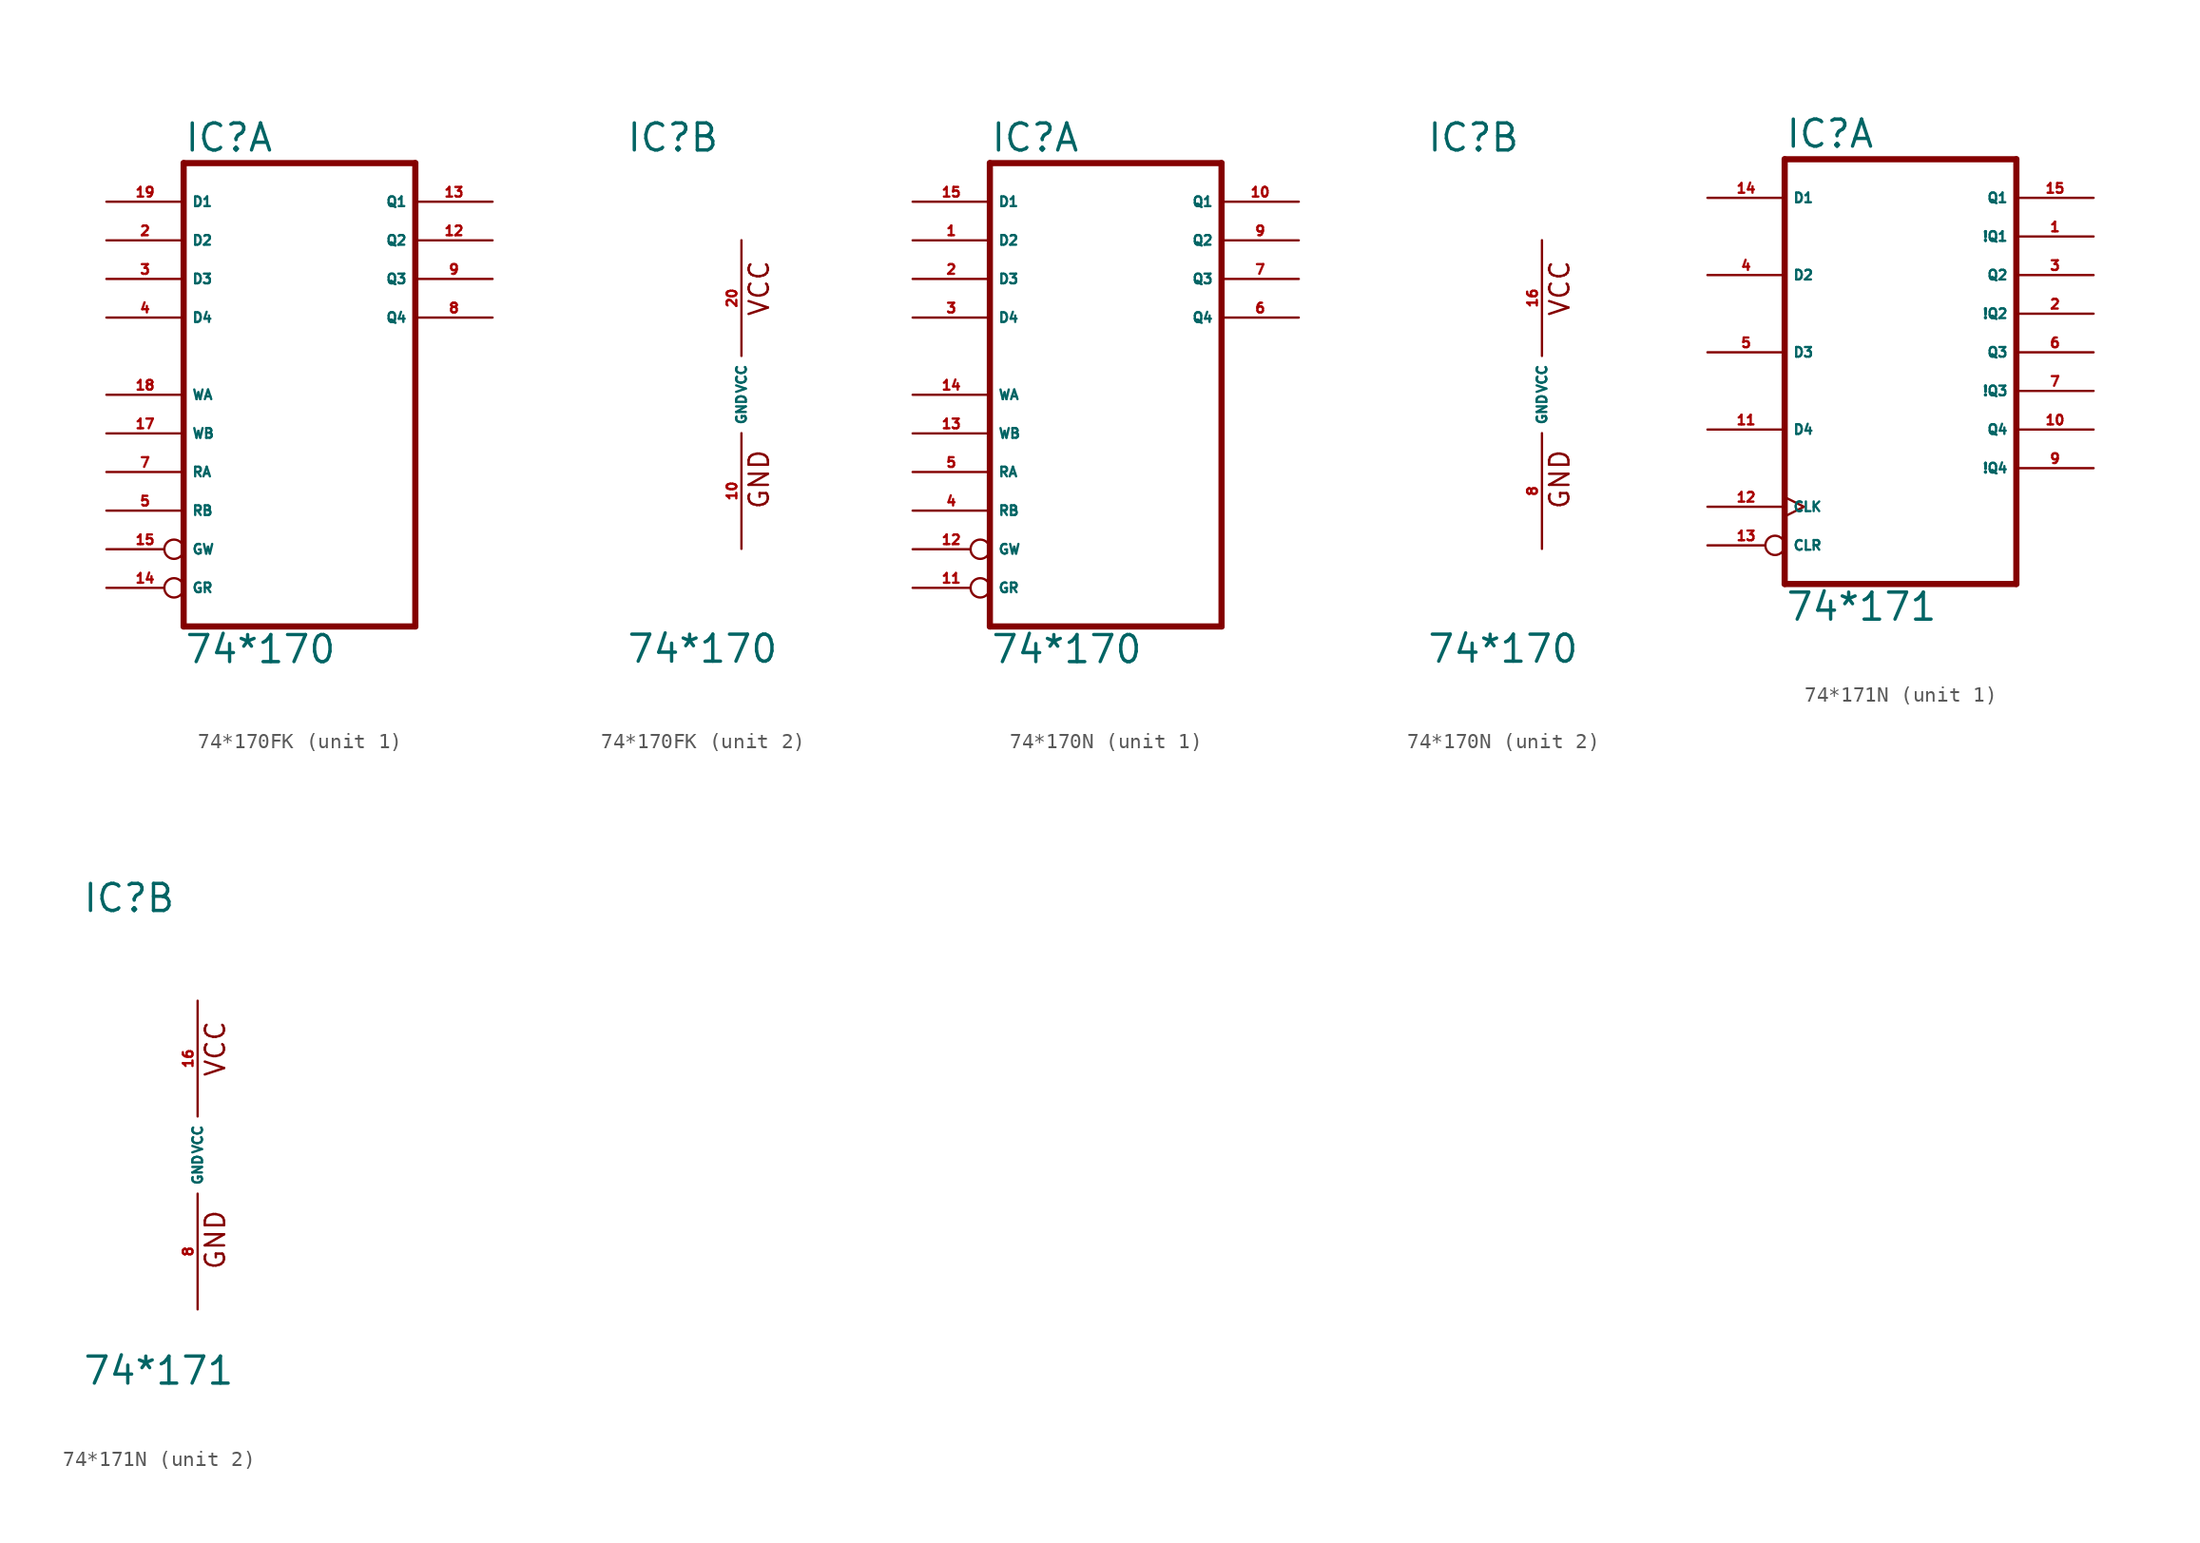
<source format=kicad_sym>
(kicad_symbol_lib
  (version 20220914)
  (generator Eagle2Kicad)
  (symbol "74*170FK"
    (property "Reference" "IC"
      (at -7.62 15.875 0)
      (effects (font (size 1.778 1.778) (thickness 0.22)) (justify left bottom)))
    (property "Value" "74*170"
      (at -7.62 -17.78 0)
      (effects (font (size 1.778 1.778) (thickness 0.22)) (justify left bottom)))
    (symbol "74*170FK_1_0"
      (polyline (pts (xy -7.62 -15.24) (xy 7.62 -15.24)) (stroke (width 0.406) (type default)) (fill (type none)))
      (polyline (pts (xy 7.62 -15.24) (xy 7.62 15.24)) (stroke (width 0.406) (type default)) (fill (type none)))
      (polyline (pts (xy 7.62 15.24) (xy -7.62 15.24)) (stroke (width 0.406) (type default)) (fill (type none)))
      (polyline (pts (xy -7.62 15.24) (xy -7.62 -15.24)) (stroke (width 0.406) (type default)) (fill (type none)))
      (pin input line (at -12.7 10.16 0) (length 5.08) (name "D2" (effects (font (size 0.635 0.635) (thickness 0.08)) (justify left bottom))) (number "2" (effects (font (size 0.635 0.635) (thickness 0.08)) (justify left bottom))))
      (pin input line (at -12.7 7.62 0) (length 5.08) (name "D3" (effects (font (size 0.635 0.635) (thickness 0.08)) (justify left bottom))) (number "3" (effects (font (size 0.635 0.635) (thickness 0.08)) (justify left bottom))))
      (pin input line (at -12.7 5.08 0) (length 5.08) (name "D4" (effects (font (size 0.635 0.635) (thickness 0.08)) (justify left bottom))) (number "4" (effects (font (size 0.635 0.635) (thickness 0.08)) (justify left bottom))))
      (pin input line (at -12.7 -7.62 0) (length 5.08) (name "RB" (effects (font (size 0.635 0.635) (thickness 0.08)) (justify left bottom))) (number "5" (effects (font (size 0.635 0.635) (thickness 0.08)) (justify left bottom))))
      (pin input line (at -12.7 -5.08 0) (length 5.08) (name "RA" (effects (font (size 0.635 0.635) (thickness 0.08)) (justify left bottom))) (number "7" (effects (font (size 0.635 0.635) (thickness 0.08)) (justify left bottom))))
      (pin open_collector line (at 12.7 5.08 180) (length 5.08) (name "Q4" (effects (font (size 0.635 0.635) (thickness 0.08)) (justify left bottom))) (number "8" (effects (font (size 0.635 0.635) (thickness 0.08)) (justify left bottom))))
      (pin open_collector line (at 12.7 7.62 180) (length 5.08) (name "Q3" (effects (font (size 0.635 0.635) (thickness 0.08)) (justify left bottom))) (number "9" (effects (font (size 0.635 0.635) (thickness 0.08)) (justify left bottom))))
      (pin open_collector line (at 12.7 10.16 180) (length 5.08) (name "Q2" (effects (font (size 0.635 0.635) (thickness 0.08)) (justify left bottom))) (number "12" (effects (font (size 0.635 0.635) (thickness 0.08)) (justify left bottom))))
      (pin open_collector line (at 12.7 12.7 180) (length 5.08) (name "Q1" (effects (font (size 0.635 0.635) (thickness 0.08)) (justify left bottom))) (number "13" (effects (font (size 0.635 0.635) (thickness 0.08)) (justify left bottom))))
      (pin input inverted (at -12.7 -12.7 0) (length 5.08) (name "GR" (effects (font (size 0.635 0.635) (thickness 0.08)) (justify left bottom))) (number "14" (effects (font (size 0.635 0.635) (thickness 0.08)) (justify left bottom))))
      (pin input inverted (at -12.7 -10.16 0) (length 5.08) (name "GW" (effects (font (size 0.635 0.635) (thickness 0.08)) (justify left bottom))) (number "15" (effects (font (size 0.635 0.635) (thickness 0.08)) (justify left bottom))))
      (pin input line (at -12.7 -2.54 0) (length 5.08) (name "WB" (effects (font (size 0.635 0.635) (thickness 0.08)) (justify left bottom))) (number "17" (effects (font (size 0.635 0.635) (thickness 0.08)) (justify left bottom))))
      (pin input line (at -12.7 0 0) (length 5.08) (name "WA" (effects (font (size 0.635 0.635) (thickness 0.08)) (justify left bottom))) (number "18" (effects (font (size 0.635 0.635) (thickness 0.08)) (justify left bottom))))
      (pin input line (at -12.7 12.7 0) (length 5.08) (name "D1" (effects (font (size 0.635 0.635) (thickness 0.08)) (justify left bottom))) (number "19" (effects (font (size 0.635 0.635) (thickness 0.08)) (justify left bottom)))))
    (symbol "74*170FK_2_0"
      (text "GND" (at 1.905 -7.62 900) (effects (font (size 1.27 1.27) (thickness 0.16)) (justify left bottom)))
      (text "VCC" (at 1.905 5.08 900) (effects (font (size 1.27 1.27) (thickness 0.16)) (justify left bottom)))
      (pin unspecified line (at 0 -10.16 90) (length 7.62) (name "GND" (effects (font (size 0.635 0.635) (thickness 0.08)) (justify left bottom))) (number "10" (effects (font (size 0.635 0.635) (thickness 0.08)) (justify left bottom))))
      (pin unspecified line (at 0 10.16 270) (length 7.62) (name "VCC" (effects (font (size 0.635 0.635) (thickness 0.08)) (justify left bottom))) (number "20" (effects (font (size 0.635 0.635) (thickness 0.08)) (justify left bottom))))))
  (symbol "74*170N"
    (property "Reference" "IC"
      (at -7.62 15.875 0)
      (effects (font (size 1.778 1.778) (thickness 0.22)) (justify left bottom)))
    (property "Value" "74*170"
      (at -7.62 -17.78 0)
      (effects (font (size 1.778 1.778) (thickness 0.22)) (justify left bottom)))
    (symbol "74*170N_1_0"
      (polyline (pts (xy -7.62 -15.24) (xy 7.62 -15.24)) (stroke (width 0.406) (type default)) (fill (type none)))
      (polyline (pts (xy 7.62 -15.24) (xy 7.62 15.24)) (stroke (width 0.406) (type default)) (fill (type none)))
      (polyline (pts (xy 7.62 15.24) (xy -7.62 15.24)) (stroke (width 0.406) (type default)) (fill (type none)))
      (polyline (pts (xy -7.62 15.24) (xy -7.62 -15.24)) (stroke (width 0.406) (type default)) (fill (type none)))
      (pin input line (at -12.7 10.16 0) (length 5.08) (name "D2" (effects (font (size 0.635 0.635) (thickness 0.08)) (justify left bottom))) (number "1" (effects (font (size 0.635 0.635) (thickness 0.08)) (justify left bottom))))
      (pin input line (at -12.7 7.62 0) (length 5.08) (name "D3" (effects (font (size 0.635 0.635) (thickness 0.08)) (justify left bottom))) (number "2" (effects (font (size 0.635 0.635) (thickness 0.08)) (justify left bottom))))
      (pin input line (at -12.7 5.08 0) (length 5.08) (name "D4" (effects (font (size 0.635 0.635) (thickness 0.08)) (justify left bottom))) (number "3" (effects (font (size 0.635 0.635) (thickness 0.08)) (justify left bottom))))
      (pin input line (at -12.7 -7.62 0) (length 5.08) (name "RB" (effects (font (size 0.635 0.635) (thickness 0.08)) (justify left bottom))) (number "4" (effects (font (size 0.635 0.635) (thickness 0.08)) (justify left bottom))))
      (pin input line (at -12.7 -5.08 0) (length 5.08) (name "RA" (effects (font (size 0.635 0.635) (thickness 0.08)) (justify left bottom))) (number "5" (effects (font (size 0.635 0.635) (thickness 0.08)) (justify left bottom))))
      (pin open_collector line (at 12.7 5.08 180) (length 5.08) (name "Q4" (effects (font (size 0.635 0.635) (thickness 0.08)) (justify left bottom))) (number "6" (effects (font (size 0.635 0.635) (thickness 0.08)) (justify left bottom))))
      (pin open_collector line (at 12.7 7.62 180) (length 5.08) (name "Q3" (effects (font (size 0.635 0.635) (thickness 0.08)) (justify left bottom))) (number "7" (effects (font (size 0.635 0.635) (thickness 0.08)) (justify left bottom))))
      (pin open_collector line (at 12.7 10.16 180) (length 5.08) (name "Q2" (effects (font (size 0.635 0.635) (thickness 0.08)) (justify left bottom))) (number "9" (effects (font (size 0.635 0.635) (thickness 0.08)) (justify left bottom))))
      (pin open_collector line (at 12.7 12.7 180) (length 5.08) (name "Q1" (effects (font (size 0.635 0.635) (thickness 0.08)) (justify left bottom))) (number "10" (effects (font (size 0.635 0.635) (thickness 0.08)) (justify left bottom))))
      (pin input inverted (at -12.7 -12.7 0) (length 5.08) (name "GR" (effects (font (size 0.635 0.635) (thickness 0.08)) (justify left bottom))) (number "11" (effects (font (size 0.635 0.635) (thickness 0.08)) (justify left bottom))))
      (pin input inverted (at -12.7 -10.16 0) (length 5.08) (name "GW" (effects (font (size 0.635 0.635) (thickness 0.08)) (justify left bottom))) (number "12" (effects (font (size 0.635 0.635) (thickness 0.08)) (justify left bottom))))
      (pin input line (at -12.7 -2.54 0) (length 5.08) (name "WB" (effects (font (size 0.635 0.635) (thickness 0.08)) (justify left bottom))) (number "13" (effects (font (size 0.635 0.635) (thickness 0.08)) (justify left bottom))))
      (pin input line (at -12.7 0 0) (length 5.08) (name "WA" (effects (font (size 0.635 0.635) (thickness 0.08)) (justify left bottom))) (number "14" (effects (font (size 0.635 0.635) (thickness 0.08)) (justify left bottom))))
      (pin input line (at -12.7 12.7 0) (length 5.08) (name "D1" (effects (font (size 0.635 0.635) (thickness 0.08)) (justify left bottom))) (number "15" (effects (font (size 0.635 0.635) (thickness 0.08)) (justify left bottom)))))
    (symbol "74*170N_2_0"
      (text "GND" (at 1.905 -7.62 900) (effects (font (size 1.27 1.27) (thickness 0.16)) (justify left bottom)))
      (text "VCC" (at 1.905 5.08 900) (effects (font (size 1.27 1.27) (thickness 0.16)) (justify left bottom)))
      (pin unspecified line (at 0 -10.16 90) (length 7.62) (name "GND" (effects (font (size 0.635 0.635) (thickness 0.08)) (justify left bottom))) (number "8" (effects (font (size 0.635 0.635) (thickness 0.08)) (justify left bottom))))
      (pin unspecified line (at 0 10.16 270) (length 7.62) (name "VCC" (effects (font (size 0.635 0.635) (thickness 0.08)) (justify left bottom))) (number "16" (effects (font (size 0.635 0.635) (thickness 0.08)) (justify left bottom))))))
  (symbol "74*171N"
    (property "Reference" "IC"
      (at -7.62 15.875 0)
      (effects (font (size 1.778 1.778) (thickness 0.22)) (justify left bottom)))
    (property "Value" "74*171"
      (at -7.62 -15.24 0)
      (effects (font (size 1.778 1.778) (thickness 0.22)) (justify left bottom)))
    (symbol "74*171N_1_0"
      (polyline (pts (xy -7.62 -12.7) (xy 7.62 -12.7)) (stroke (width 0.406) (type default)) (fill (type none)))
      (polyline (pts (xy 7.62 -12.7) (xy 7.62 15.24)) (stroke (width 0.406) (type default)) (fill (type none)))
      (polyline (pts (xy 7.62 15.24) (xy -7.62 15.24)) (stroke (width 0.406) (type default)) (fill (type none)))
      (polyline (pts (xy -7.62 15.24) (xy -7.62 -12.7)) (stroke (width 0.406) (type default)) (fill (type none)))
      (pin output line (at 12.7 10.16 180) (length 5.08) (name "!Q1" (effects (font (size 0.635 0.635) (thickness 0.08)) (justify left bottom))) (number "1" (effects (font (size 0.635 0.635) (thickness 0.08)) (justify left bottom))))
      (pin output line (at 12.7 5.08 180) (length 5.08) (name "!Q2" (effects (font (size 0.635 0.635) (thickness 0.08)) (justify left bottom))) (number "2" (effects (font (size 0.635 0.635) (thickness 0.08)) (justify left bottom))))
      (pin output line (at 12.7 7.62 180) (length 5.08) (name "Q2" (effects (font (size 0.635 0.635) (thickness 0.08)) (justify left bottom))) (number "3" (effects (font (size 0.635 0.635) (thickness 0.08)) (justify left bottom))))
      (pin input line (at -12.7 7.62 0) (length 5.08) (name "D2" (effects (font (size 0.635 0.635) (thickness 0.08)) (justify left bottom))) (number "4" (effects (font (size 0.635 0.635) (thickness 0.08)) (justify left bottom))))
      (pin input line (at -12.7 2.54 0) (length 5.08) (name "D3" (effects (font (size 0.635 0.635) (thickness 0.08)) (justify left bottom))) (number "5" (effects (font (size 0.635 0.635) (thickness 0.08)) (justify left bottom))))
      (pin output line (at 12.7 2.54 180) (length 5.08) (name "Q3" (effects (font (size 0.635 0.635) (thickness 0.08)) (justify left bottom))) (number "6" (effects (font (size 0.635 0.635) (thickness 0.08)) (justify left bottom))))
      (pin output line (at 12.7 0 180) (length 5.08) (name "!Q3" (effects (font (size 0.635 0.635) (thickness 0.08)) (justify left bottom))) (number "7" (effects (font (size 0.635 0.635) (thickness 0.08)) (justify left bottom))))
      (pin output line (at 12.7 -5.08 180) (length 5.08) (name "!Q4" (effects (font (size 0.635 0.635) (thickness 0.08)) (justify left bottom))) (number "9" (effects (font (size 0.635 0.635) (thickness 0.08)) (justify left bottom))))
      (pin output line (at 12.7 -2.54 180) (length 5.08) (name "Q4" (effects (font (size 0.635 0.635) (thickness 0.08)) (justify left bottom))) (number "10" (effects (font (size 0.635 0.635) (thickness 0.08)) (justify left bottom))))
      (pin input line (at -12.7 -2.54 0) (length 5.08) (name "D4" (effects (font (size 0.635 0.635) (thickness 0.08)) (justify left bottom))) (number "11" (effects (font (size 0.635 0.635) (thickness 0.08)) (justify left bottom))))
      (pin input clock (at -12.7 -7.62 0) (length 5.08) (name "CLK" (effects (font (size 0.635 0.635) (thickness 0.08)) (justify left bottom))) (number "12" (effects (font (size 0.635 0.635) (thickness 0.08)) (justify left bottom))))
      (pin input inverted (at -12.7 -10.16 0) (length 5.08) (name "CLR" (effects (font (size 0.635 0.635) (thickness 0.08)) (justify left bottom))) (number "13" (effects (font (size 0.635 0.635) (thickness 0.08)) (justify left bottom))))
      (pin input line (at -12.7 12.7 0) (length 5.08) (name "D1" (effects (font (size 0.635 0.635) (thickness 0.08)) (justify left bottom))) (number "14" (effects (font (size 0.635 0.635) (thickness 0.08)) (justify left bottom))))
      (pin output line (at 12.7 12.7 180) (length 5.08) (name "Q1" (effects (font (size 0.635 0.635) (thickness 0.08)) (justify left bottom))) (number "15" (effects (font (size 0.635 0.635) (thickness 0.08)) (justify left bottom)))))
    (symbol "74*171N_2_0"
      (text "GND" (at 1.905 -7.62 900) (effects (font (size 1.27 1.27) (thickness 0.16)) (justify left bottom)))
      (text "VCC" (at 1.905 5.08 900) (effects (font (size 1.27 1.27) (thickness 0.16)) (justify left bottom)))
      (pin unspecified line (at 0 -10.16 90) (length 7.62) (name "GND" (effects (font (size 0.635 0.635) (thickness 0.08)) (justify left bottom))) (number "8" (effects (font (size 0.635 0.635) (thickness 0.08)) (justify left bottom))))
      (pin unspecified line (at 0 10.16 270) (length 7.62) (name "VCC" (effects (font (size 0.635 0.635) (thickness 0.08)) (justify left bottom))) (number "16" (effects (font (size 0.635 0.635) (thickness 0.08)) (justify left bottom)))))))
</source>
